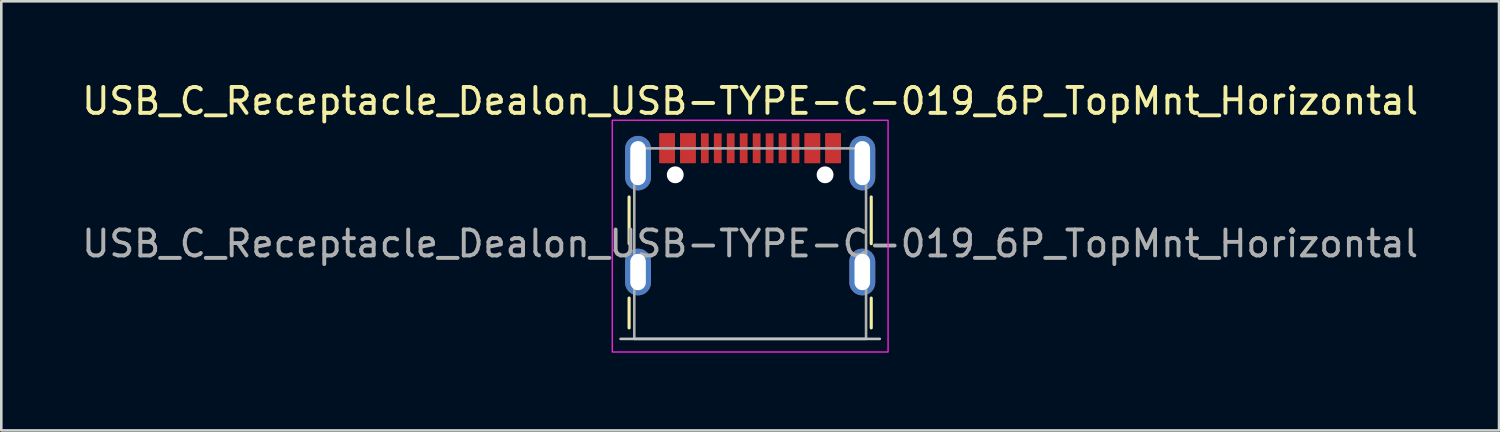
<source format=kicad_pcb>
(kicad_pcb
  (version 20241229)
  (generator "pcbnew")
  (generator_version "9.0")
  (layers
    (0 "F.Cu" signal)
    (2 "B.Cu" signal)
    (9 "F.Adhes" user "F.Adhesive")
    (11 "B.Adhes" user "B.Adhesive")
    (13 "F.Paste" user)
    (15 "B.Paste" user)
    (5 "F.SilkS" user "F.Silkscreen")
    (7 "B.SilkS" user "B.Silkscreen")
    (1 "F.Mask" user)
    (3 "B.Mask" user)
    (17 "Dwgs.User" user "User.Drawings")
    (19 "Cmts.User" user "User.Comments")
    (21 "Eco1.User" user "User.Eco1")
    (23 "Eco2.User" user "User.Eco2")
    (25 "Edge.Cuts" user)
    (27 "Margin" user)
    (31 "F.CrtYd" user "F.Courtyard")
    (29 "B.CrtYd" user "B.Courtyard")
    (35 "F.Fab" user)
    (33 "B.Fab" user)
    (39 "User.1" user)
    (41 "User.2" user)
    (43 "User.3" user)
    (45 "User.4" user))
  (footprint "USB_C_Receptacle_Dealon_USB-TYPE-C-019_6P_TopMnt_Horizontal"
    (layer "F.Cu")
    (at 25.887 6.348)
    (property "Reference" "USB_C_Receptacle_Dealon_USB-TYPE-C-019_6P_TopMnt_Horizontal" (at 0 -5.5 0) (unlocked yes) (layer "F.SilkS") (effects (font (size 1 1) (thickness 0.15))))
    (attr smd)
    (fp_line (start -4.67 0) (end -4.67 -1.8) (stroke (width 0.12) (type solid)) (layer "F.SilkS"))
    (fp_line (start -4.67 2.1) (end -4.67 3.25) (stroke (width 0.12) (type solid)) (layer "F.SilkS"))
    (fp_line (start 4.67 0) (end 4.67 -1.8) (stroke (width 0.12) (type solid)) (layer "F.SilkS"))
    (fp_line (start 4.67 2.1) (end 4.67 3.25) (stroke (width 0.12) (type solid)) (layer "F.SilkS"))
    (fp_line (start 5 3.675) (end -5 3.675) (stroke (width 0.1) (type solid)) (layer "Dwgs.User"))
    (fp_rect (start -5.32 -4.76) (end 5.32 4.18) (stroke (width 0.05) (type solid)) (fill no) (layer "F.CrtYd"))
    (fp_rect (start -4.47 -3.675) (end 4.47 3.675) (stroke (width 0.1) (type solid)) (fill no) (layer "F.Fab"))
    (fp_text user "${REFERENCE}" (at 0 0 0) (unlocked yes) (layer "F.Fab") (effects (font (size 1 1) (thickness 0.15))))
    (pad "" np_thru_hole circle (at -2.89 -2.655) (size 0.65 0.65) (drill 0.65) (layers "*.Cu" "*.Mask"))
    (pad "" np_thru_hole circle (at 2.89 -2.655) (size 0.65 0.65) (drill 0.65) (layers "*.Cu" "*.Mask"))
    (pad "A1" smd rect (at -3.2 -3.68) (size 0.6 1.15) (layers "F.Cu" "F.Mask" "F.Paste"))
    (pad "A4" smd rect (at -2.4 -3.68) (size 0.6 1.15) (layers "F.Cu" "F.Mask" "F.Paste"))
    (pad "A5" smd rect (at -1.25 -3.68) (size 0.3 1.15) (layers "F.Cu" "F.Mask" "F.Paste"))
    (pad "A6" smd rect (at -0.25 -3.68) (size 0.3 1.15) (layers "F.Cu" "F.Mask" "F.Paste"))
    (pad "A7" smd rect (at 0.25 -3.68) (size 0.3 1.15) (layers "F.Cu" "F.Mask" "F.Paste"))
    (pad "A8" smd rect (at 1.25 -3.68) (size 0.3 1.15) (layers "F.Cu" "F.Mask" "F.Paste"))
    (pad "A9" smd rect (at 2.4 -3.68) (size 0.6 1.15) (layers "F.Cu" "F.Mask" "F.Paste"))
    (pad "A12" smd rect (at 3.2 -3.68) (size 0.6 1.15) (layers "F.Cu" "F.Mask" "F.Paste"))
    (pad "B1" smd rect (at 3.2 -3.68) (size 0.6 1.15) (layers "F.Cu" "F.Mask" "F.Paste"))
    (pad "B4" smd rect (at 2.4 -3.68) (size 0.6 1.15) (layers "F.Cu" "F.Mask" "F.Paste"))
    (pad "B5" smd rect (at 1.75 -3.68) (size 0.3 1.15) (layers "F.Cu" "F.Mask" "F.Paste"))
    (pad "B6" smd rect (at 0.75 -3.68) (size 0.3 1.15) (layers "F.Cu" "F.Mask" "F.Paste"))
    (pad "B7" smd rect (at -0.75 -3.68) (size 0.3 1.15) (layers "F.Cu" "F.Mask" "F.Paste"))
    (pad "B8" smd rect (at -1.75 -3.68) (size 0.3 1.15) (layers "F.Cu" "F.Mask" "F.Paste"))
    (pad "B9" smd rect (at -2.4 -3.68) (size 0.6 1.15) (layers "F.Cu" "F.Mask" "F.Paste"))
    (pad "B12" smd rect (at -3.2 -3.68) (size 0.6 1.15) (layers "F.Cu" "F.Mask" "F.Paste"))
    (pad "S1" thru_hole oval (at -4.325 -3.105) (size 1 2.1) (drill oval 0.6 1.7) (layers "*.Cu" "*.Mask"))
    (pad "S1" thru_hole oval (at -4.325 1.095) (size 1 1.8) (drill oval 0.6 1.4) (layers "*.Cu" "*.Mask"))
    (pad "S1" thru_hole oval (at 4.325 -3.105) (size 1 2.1) (drill oval 0.6 1.7) (layers "*.Cu" "*.Mask"))
    (pad "S1" thru_hole oval (at 4.325 1.095) (size 1 1.8) (drill oval 0.6 1.4) (layers "*.Cu" "*.Mask")))
  (gr_rect
    (start -3 -3)
    (end 54.774 13.553)
    (stroke (width 0.1) (type default))
    (fill no)
    (layer "Edge.Cuts")))
</source>
